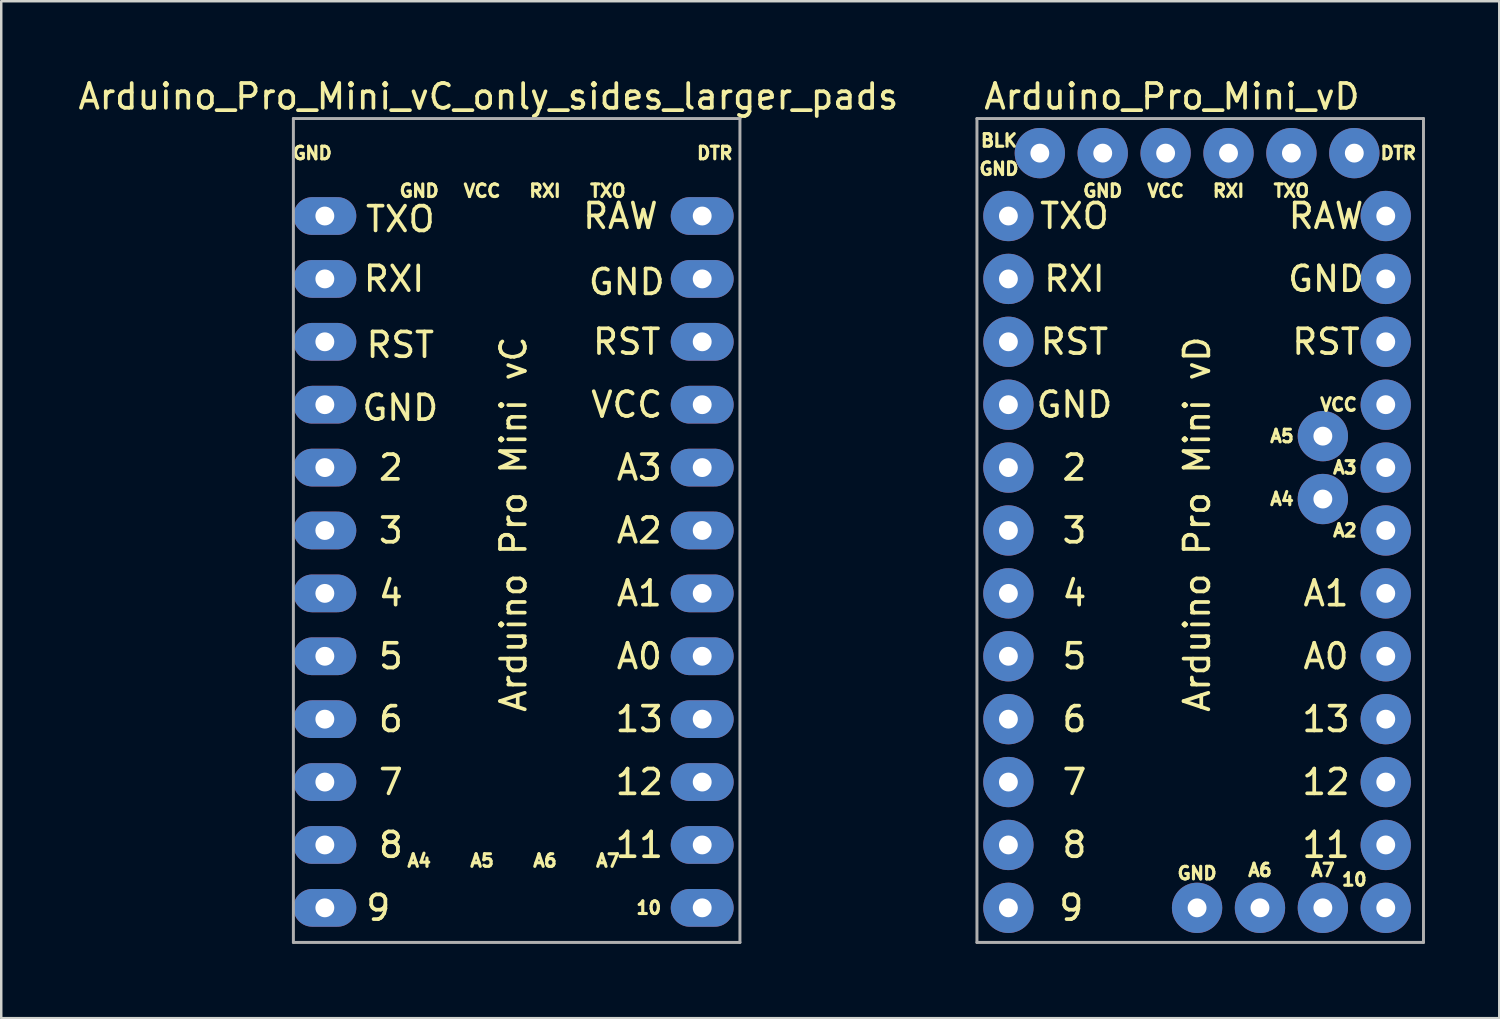
<source format=kicad_pcb>
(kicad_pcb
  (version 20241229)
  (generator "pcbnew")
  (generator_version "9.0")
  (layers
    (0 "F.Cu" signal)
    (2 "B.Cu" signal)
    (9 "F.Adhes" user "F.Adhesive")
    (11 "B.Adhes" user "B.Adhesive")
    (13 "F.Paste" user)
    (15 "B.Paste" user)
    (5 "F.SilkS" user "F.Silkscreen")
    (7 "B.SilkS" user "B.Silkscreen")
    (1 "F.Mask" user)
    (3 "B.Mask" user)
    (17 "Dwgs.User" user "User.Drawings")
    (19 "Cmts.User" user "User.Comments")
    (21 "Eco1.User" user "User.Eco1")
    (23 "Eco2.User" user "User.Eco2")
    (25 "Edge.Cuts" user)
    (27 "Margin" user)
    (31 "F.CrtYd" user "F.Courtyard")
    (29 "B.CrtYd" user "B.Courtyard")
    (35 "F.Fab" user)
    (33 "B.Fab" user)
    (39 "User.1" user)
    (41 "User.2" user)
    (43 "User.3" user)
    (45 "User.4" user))
  (footprint "Arduino_Pro_Mini_vC_only_sides_larger_pads"
    (layer "F.Cu")
    (at 8.799 1.737)
    (property "Reference" "Arduino_Pro_Mini_vC_only_sides_larger_pads" (at 7.874 -0.889 0) (layer "F.SilkS") (effects (font (size 1 1) (thickness 0.15))))
    (attr through_hole)
    (fp_line (start 0 0) (end 18.034 0) (stroke (width 0.12) (type solid)) (layer "F.Fab"))
    (fp_line (start 0 33.274) (end 0 0) (stroke (width 0.12) (type solid)) (layer "F.Fab"))
    (fp_line (start 18.034 0) (end 18.034 33.274) (stroke (width 0.12) (type solid)) (layer "F.Fab"))
    (fp_line (start 18.034 33.274) (end 0 33.274) (stroke (width 0.12) (type solid)) (layer "F.Fab"))
    (fp_text user "13" (at 13.97 24.257 0) (layer "F.SilkS") (effects (font (size 1 1) (thickness 0.15))))
    (fp_text user "9" (at 3.429 31.877 0) (layer "F.SilkS") (effects (font (size 1 1) (thickness 0.15))))
    (fp_text user "8" (at 3.937 29.337 0) (layer "F.SilkS") (effects (font (size 1 1) (thickness 0.15))))
    (fp_text user "A0" (at 13.97 21.717 0) (layer "F.SilkS") (effects (font (size 1 1) (thickness 0.15))))
    (fp_text user "DTR" (at 17.018 1.397 0) (layer "F.SilkS") (effects (font (size 0.508 0.508) (thickness 0.127))))
    (fp_text user "GND" (at 13.462 6.604 0) (layer "F.SilkS") (effects (font (size 1 1) (thickness 0.15))))
    (fp_text user "RST" (at 4.318 9.144 0) (layer "F.SilkS") (effects (font (size 1 1) (thickness 0.15))))
    (fp_text user "3" (at 3.937 16.637 0) (layer "F.SilkS") (effects (font (size 1 1) (thickness 0.15))))
    (fp_text user "2" (at 3.937 14.097 0) (layer "F.SilkS") (effects (font (size 1 1) (thickness 0.15))))
    (fp_text user "RXI" (at 10.16 2.921 0) (layer "F.SilkS") (effects (font (size 0.508 0.508) (thickness 0.127))))
    (fp_text user "A2" (at 13.97 16.637 0) (layer "F.SilkS") (effects (font (size 1 1) (thickness 0.15))))
    (fp_text user "GND" (at 5.08 2.921 0) (layer "F.SilkS") (effects (font (size 0.508 0.508) (thickness 0.127))))
    (fp_text user "GND" (at 0.762 1.397 0) (layer "F.SilkS") (effects (font (size 0.508 0.508) (thickness 0.127))))
    (fp_text user "11" (at 13.97 29.337 0) (layer "F.SilkS") (effects (font (size 1 1) (thickness 0.15))))
    (fp_text user "TXO" (at 4.318 4.064 0) (layer "F.SilkS") (effects (font (size 1 1) (thickness 0.15))))
    (fp_text user "4" (at 3.937 19.177 0) (layer "F.SilkS") (effects (font (size 1 1) (thickness 0.15))))
    (fp_text user "VCC" (at 13.462 11.557 0) (layer "F.SilkS") (effects (font (size 1 1) (thickness 0.15))))
    (fp_text user "A3" (at 13.97 14.097 0) (layer "F.SilkS") (effects (font (size 1 1) (thickness 0.15))))
    (fp_text user "RXI" (at 4.064 6.477 0) (layer "F.SilkS") (effects (font (size 1 1) (thickness 0.15))))
    (fp_text user "Arduino Pro Mini vC" (at 8.89 16.383 270) (layer "F.SilkS") (effects (font (size 1 1) (thickness 0.15))))
    (fp_text user "12" (at 13.97 26.797 0) (layer "F.SilkS") (effects (font (size 1 1) (thickness 0.15))))
    (fp_text user "7" (at 3.937 26.797 0) (layer "F.SilkS") (effects (font (size 1 1) (thickness 0.15))))
    (fp_text user "10" (at 14.351 31.877 0) (layer "F.SilkS") (effects (font (size 0.508 0.508) (thickness 0.127))))
    (fp_text user "A1" (at 13.97 19.177 0) (layer "F.SilkS") (effects (font (size 1 1) (thickness 0.15))))
    (fp_text user "TXO" (at 12.7 2.921 0) (layer "F.SilkS") (effects (font (size 0.508 0.508) (thickness 0.127))))
    (fp_text user "A5" (at 7.62 29.972 0) (layer "F.SilkS") (effects (font (size 0.508 0.508) (thickness 0.127))))
    (fp_text user "A7" (at 12.7 29.972 0) (layer "F.SilkS") (effects (font (size 0.508 0.508) (thickness 0.127))))
    (fp_text user "6" (at 3.937 24.257 0) (layer "F.SilkS") (effects (font (size 1 1) (thickness 0.15))))
    (fp_text user "RAW" (at 13.208 3.937 0) (layer "F.SilkS") (effects (font (size 1 1) (thickness 0.15))))
    (fp_text user "VCC" (at 7.62 2.921 0) (layer "F.SilkS") (effects (font (size 0.508 0.508) (thickness 0.127))))
    (fp_text user "A6" (at 10.16 29.972 0) (layer "F.SilkS") (effects (font (size 0.508 0.508) (thickness 0.127))))
    (fp_text user "5" (at 3.937 21.717 0) (layer "F.SilkS") (effects (font (size 1 1) (thickness 0.15))))
    (fp_text user "RST" (at 13.462 9.017 0) (layer "F.SilkS") (effects (font (size 1 1) (thickness 0.15))))
    (fp_text user "A4" (at 5.08 29.972 0) (layer "F.SilkS") (effects (font (size 0.508 0.508) (thickness 0.127))))
    (fp_text user "GND" (at 4.318 11.684 0) (layer "F.SilkS") (effects (font (size 1 1) (thickness 0.15))))
    (pad "1" thru_hole oval (at 1.27 3.937) (size 2.54 1.524) (drill 0.762) (layers "*.Cu" "*.Mask"))
    (pad "2" thru_hole oval (at 1.27 6.477) (size 2.54 1.524) (drill 0.762) (layers "*.Cu" "*.Mask"))
    (pad "3" thru_hole oval (at 1.27 9.017) (size 2.54 1.524) (drill 0.762) (layers "*.Cu" "*.Mask"))
    (pad "4" thru_hole oval (at 1.27 11.557) (size 2.54 1.524) (drill 0.762) (layers "*.Cu" "*.Mask"))
    (pad "5" thru_hole oval (at 1.27 14.097) (size 2.54 1.524) (drill 0.762) (layers "*.Cu" "*.Mask"))
    (pad "6" thru_hole oval (at 1.27 16.637) (size 2.54 1.524) (drill 0.762) (layers "*.Cu" "*.Mask"))
    (pad "7" thru_hole oval (at 1.27 19.177) (size 2.54 1.524) (drill 0.762) (layers "*.Cu" "*.Mask"))
    (pad "8" thru_hole oval (at 1.27 21.717) (size 2.54 1.524) (drill 0.762) (layers "*.Cu" "*.Mask"))
    (pad "9" thru_hole oval (at 1.27 24.257) (size 2.54 1.524) (drill 0.762) (layers "*.Cu" "*.Mask"))
    (pad "10" thru_hole oval (at 1.27 26.797) (size 2.54 1.524) (drill 0.762) (layers "*.Cu" "*.Mask"))
    (pad "11" thru_hole oval (at 1.27 29.337) (size 2.54 1.524) (drill 0.762) (layers "*.Cu" "*.Mask"))
    (pad "12" thru_hole oval (at 1.27 31.877) (size 2.54 1.524) (drill 0.762) (layers "*.Cu" "*.Mask"))
    (pad "13" thru_hole oval (at 16.51 3.937) (size 2.54 1.524) (drill 0.762) (layers "*.Cu" "*.Mask"))
    (pad "14" thru_hole oval (at 16.51 6.477) (size 2.54 1.524) (drill 0.762) (layers "*.Cu" "*.Mask"))
    (pad "15" thru_hole oval (at 16.51 9.017) (size 2.54 1.524) (drill 0.762) (layers "*.Cu" "*.Mask"))
    (pad "16" thru_hole oval (at 16.51 11.557) (size 2.54 1.524) (drill 0.762) (layers "*.Cu" "*.Mask"))
    (pad "17" thru_hole oval (at 16.51 14.097) (size 2.54 1.524) (drill 0.762) (layers "*.Cu" "*.Mask"))
    (pad "18" thru_hole oval (at 16.51 16.637) (size 2.54 1.524) (drill 0.762) (layers "*.Cu" "*.Mask"))
    (pad "19" thru_hole oval (at 16.51 19.177) (size 2.54 1.524) (drill 0.762) (layers "*.Cu" "*.Mask"))
    (pad "20" thru_hole oval (at 16.51 21.717) (size 2.54 1.524) (drill 0.762) (layers "*.Cu" "*.Mask"))
    (pad "21" thru_hole oval (at 16.51 24.257) (size 2.54 1.524) (drill 0.762) (layers "*.Cu" "*.Mask"))
    (pad "22" thru_hole oval (at 16.51 26.797) (size 2.54 1.524) (drill 0.762) (layers "*.Cu" "*.Mask"))
    (pad "23" thru_hole oval (at 16.51 29.337) (size 2.54 1.524) (drill 0.762) (layers "*.Cu" "*.Mask"))
    (pad "24" thru_hole oval (at 16.51 31.877) (size 2.54 1.524) (drill 0.762) (layers "*.Cu" "*.Mask")))
  (footprint "Arduino_Pro_Mini_vD"
    (layer "F.Cu")
    (at 37.675 5.674)
    (property "Reference" "Arduino_Pro_Mini_vD" (at 6.604 -4.826 0) (layer "F.SilkS") (effects (font (size 1 1) (thickness 0.15))))
    (attr through_hole)
    (fp_line (start -1.27 -3.937) (end 16.764 -3.937) (stroke (width 0.12) (type solid)) (layer "F.Fab"))
    (fp_line (start -1.27 29.337) (end -1.27 -3.937) (stroke (width 0.12) (type solid)) (layer "F.Fab"))
    (fp_line (start 16.764 -3.937) (end 16.764 29.337) (stroke (width 0.12) (type solid)) (layer "F.Fab"))
    (fp_line (start 16.764 29.337) (end -1.27 29.337) (stroke (width 0.12) (type solid)) (layer "F.Fab"))
    (fp_text user "5" (at 2.667 17.78 0) (layer "F.SilkS") (effects (font (size 1 1) (thickness 0.15))))
    (fp_text user "A6" (at 10.16 26.416 0) (layer "F.SilkS") (effects (font (size 0.508 0.508) (thickness 0.127))))
    (fp_text user "12" (at 12.827 22.86 0) (layer "F.SilkS") (effects (font (size 1 1) (thickness 0.15))))
    (fp_text user "GND" (at -0.381 -1.905 0) (layer "F.SilkS") (effects (font (size 0.508 0.508) (thickness 0.127))))
    (fp_text user "A1" (at 12.827 15.24 0) (layer "F.SilkS") (effects (font (size 1 1) (thickness 0.15))))
    (fp_text user "11" (at 12.827 25.4 0) (layer "F.SilkS") (effects (font (size 1 1) (thickness 0.15))))
    (fp_text user "A7" (at 12.7 26.416 0) (layer "F.SilkS") (effects (font (size 0.508 0.508) (thickness 0.127))))
    (fp_text user "TXO" (at 2.667 0 0) (layer "F.SilkS") (effects (font (size 1 1) (thickness 0.15))))
    (fp_text user "10" (at 13.97 26.797 0) (layer "F.SilkS") (effects (font (size 0.508 0.508) (thickness 0.127))))
    (fp_text user "13" (at 12.827 20.32 0) (layer "F.SilkS") (effects (font (size 1 1) (thickness 0.15))))
    (fp_text user "9" (at 2.54 27.94 0) (layer "F.SilkS") (effects (font (size 1 1) (thickness 0.15))))
    (fp_text user "DTR" (at 15.748 -2.54 0) (layer "F.SilkS") (effects (font (size 0.508 0.508) (thickness 0.127))))
    (fp_text user "VCC" (at 13.335 7.62 0) (layer "F.SilkS") (effects (font (size 0.508 0.508) (thickness 0.127))))
    (fp_text user "Arduino Pro Mini vD" (at 7.62 12.446 270) (layer "F.SilkS") (effects (font (size 1 1) (thickness 0.15))))
    (fp_text user "A3" (at 13.589 10.16 0) (layer "F.SilkS") (effects (font (size 0.508 0.508) (thickness 0.127))))
    (fp_text user "GND" (at 12.827 2.54 0) (layer "F.SilkS") (effects (font (size 1 1) (thickness 0.15))))
    (fp_text user "4" (at 2.667 15.24 0) (layer "F.SilkS") (effects (font (size 1 1) (thickness 0.15))))
    (fp_text user "3" (at 2.667 12.7 0) (layer "F.SilkS") (effects (font (size 1 1) (thickness 0.15))))
    (fp_text user "2" (at 2.667 10.16 0) (layer "F.SilkS") (effects (font (size 1 1) (thickness 0.15))))
    (fp_text user "A2" (at 13.589 12.7 0) (layer "F.SilkS") (effects (font (size 0.508 0.508) (thickness 0.127))))
    (fp_text user "GND" (at 7.62 26.543 0) (layer "F.SilkS") (effects (font (size 0.508 0.508) (thickness 0.127))))
    (fp_text user "A5" (at 11.049 8.89 0) (layer "F.SilkS") (effects (font (size 0.508 0.508) (thickness 0.127))))
    (fp_text user "VCC" (at 6.35 -1.016 0) (layer "F.SilkS") (effects (font (size 0.508 0.508) (thickness 0.127))))
    (fp_text user "GND" (at 2.667 7.62 0) (layer "F.SilkS") (effects (font (size 1 1) (thickness 0.15))))
    (fp_text user "GND" (at 3.81 -1.016 0) (layer "F.SilkS") (effects (font (size 0.508 0.508) (thickness 0.127))))
    (fp_text user "A0" (at 12.827 17.78 0) (layer "F.SilkS") (effects (font (size 1 1) (thickness 0.15))))
    (fp_text user "RXI" (at 8.89 -1.016 0) (layer "F.SilkS") (effects (font (size 0.508 0.508) (thickness 0.127))))
    (fp_text user "RAW" (at 12.827 0 0) (layer "F.SilkS") (effects (font (size 1 1) (thickness 0.15))))
    (fp_text user "TXO" (at 11.43 -1.016 0) (layer "F.SilkS") (effects (font (size 0.508 0.508) (thickness 0.127))))
    (fp_text user "RXI" (at 2.667 2.54 0) (layer "F.SilkS") (effects (font (size 1 1) (thickness 0.15))))
    (fp_text user "A4" (at 11.049 11.43 0) (layer "F.SilkS") (effects (font (size 0.508 0.508) (thickness 0.127))))
    (fp_text user "RST" (at 12.827 5.08 0) (layer "F.SilkS") (effects (font (size 1 1) (thickness 0.15))))
    (fp_text user "6" (at 2.667 20.32 0) (layer "F.SilkS") (effects (font (size 1 1) (thickness 0.15))))
    (fp_text user "BLK" (at -0.381 -3.048 0) (layer "F.SilkS") (effects (font (size 0.508 0.508) (thickness 0.127))))
    (fp_text user "7" (at 2.667 22.86 0) (layer "F.SilkS") (effects (font (size 1 1) (thickness 0.15))))
    (fp_text user "8" (at 2.667 25.4 0) (layer "F.SilkS") (effects (font (size 1 1) (thickness 0.15))))
    (fp_text user "RST" (at 2.667 5.08 0) (layer "F.SilkS") (effects (font (size 1 1) (thickness 0.15))))
    (pad "1" thru_hole oval (at 0 0) (size 2.032 2.032) (drill 0.762) (layers "*.Cu" "*.Mask"))
    (pad "2" thru_hole oval (at 0 2.54) (size 2.032 2.032) (drill 0.762) (layers "*.Cu" "*.Mask"))
    (pad "3" thru_hole oval (at 0 5.08) (size 2.032 2.032) (drill 0.762) (layers "*.Cu" "*.Mask"))
    (pad "4" thru_hole oval (at 0 7.62) (size 2.032 2.032) (drill 0.762) (layers "*.Cu" "*.Mask"))
    (pad "5" thru_hole oval (at 0 10.16) (size 2.032 2.032) (drill 0.762) (layers "*.Cu" "*.Mask"))
    (pad "6" thru_hole oval (at 0 12.7) (size 2.032 2.032) (drill 0.762) (layers "*.Cu" "*.Mask"))
    (pad "7" thru_hole oval (at 0 15.24) (size 2.032 2.032) (drill 0.762) (layers "*.Cu" "*.Mask"))
    (pad "8" thru_hole oval (at 0 17.78) (size 2.032 2.032) (drill 0.762) (layers "*.Cu" "*.Mask"))
    (pad "9" thru_hole oval (at 0 20.32) (size 2.032 2.032) (drill 0.762) (layers "*.Cu" "*.Mask"))
    (pad "10" thru_hole oval (at 0 22.86) (size 2.032 2.032) (drill 0.762) (layers "*.Cu" "*.Mask"))
    (pad "11" thru_hole oval (at 0 25.4) (size 2.032 2.032) (drill 0.762) (layers "*.Cu" "*.Mask"))
    (pad "12" thru_hole oval (at 0 27.94) (size 2.032 2.032) (drill 0.762) (layers "*.Cu" "*.Mask"))
    (pad "13" thru_hole oval (at 15.24 0) (size 2.032 2.032) (drill 0.762) (layers "*.Cu" "*.Mask"))
    (pad "14" thru_hole oval (at 15.24 2.54) (size 2.032 2.032) (drill 0.762) (layers "*.Cu" "*.Mask"))
    (pad "15" thru_hole oval (at 15.24 5.08) (size 2.032 2.032) (drill 0.762) (layers "*.Cu" "*.Mask"))
    (pad "16" thru_hole oval (at 15.24 7.62) (size 2.032 2.032) (drill 0.762) (layers "*.Cu" "*.Mask"))
    (pad "17" thru_hole oval (at 15.24 10.16) (size 2.032 2.032) (drill 0.762) (layers "*.Cu" "*.Mask"))
    (pad "18" thru_hole oval (at 15.24 12.7) (size 2.032 2.032) (drill 0.762) (layers "*.Cu" "*.Mask"))
    (pad "19" thru_hole oval (at 15.24 15.24) (size 2.032 2.032) (drill 0.762) (layers "*.Cu" "*.Mask"))
    (pad "20" thru_hole oval (at 15.24 17.78) (size 2.032 2.032) (drill 0.762) (layers "*.Cu" "*.Mask"))
    (pad "21" thru_hole oval (at 15.24 20.32) (size 2.032 2.032) (drill 0.762) (layers "*.Cu" "*.Mask"))
    (pad "22" thru_hole oval (at 15.24 22.86) (size 2.032 2.032) (drill 0.762) (layers "*.Cu" "*.Mask"))
    (pad "23" thru_hole oval (at 15.24 25.4) (size 2.032 2.032) (drill 0.762) (layers "*.Cu" "*.Mask"))
    (pad "24" thru_hole oval (at 15.24 27.94) (size 2.032 2.032) (drill 0.762) (layers "*.Cu" "*.Mask"))
    (pad "25" thru_hole oval (at 12.7 11.43) (size 2.032 2.032) (drill 0.762) (layers "*.Cu" "*.Mask"))
    (pad "26" thru_hole oval (at 12.7 8.89) (size 2.032 2.032) (drill 0.762) (layers "*.Cu" "*.Mask"))
    (pad "27" thru_hole oval (at 10.16 27.94) (size 2.032 2.032) (drill 0.762) (layers "*.Cu" "*.Mask"))
    (pad "28" thru_hole oval (at 12.7 27.94) (size 2.032 2.032) (drill 0.762) (layers "*.Cu" "*.Mask"))
    (pad "29" thru_hole oval (at 1.27 -2.54) (size 2.032 2.032) (drill 0.762) (layers "*.Cu" "*.Mask"))
    (pad "30" thru_hole oval (at 3.81 -2.54) (size 2.032 2.032) (drill 0.762) (layers "*.Cu" "*.Mask"))
    (pad "31" thru_hole oval (at 6.35 -2.54) (size 2.032 2.032) (drill 0.762) (layers "*.Cu" "*.Mask"))
    (pad "32" thru_hole oval (at 8.89 -2.54) (size 2.032 2.032) (drill 0.762) (layers "*.Cu" "*.Mask"))
    (pad "33" thru_hole oval (at 11.43 -2.54) (size 2.032 2.032) (drill 0.762) (layers "*.Cu" "*.Mask"))
    (pad "34" thru_hole oval (at 13.97 -2.54) (size 2.032 2.032) (drill 0.762) (layers "*.Cu" "*.Mask"))
    (pad "35" thru_hole oval (at 7.62 27.94) (size 2.032 2.032) (drill 0.762) (layers "*.Cu" "*.Mask")))
  (gr_rect
    (start -3 -3)
    (end 57.499 38.071)
    (stroke (width 0.1) (type default))
    (fill no)
    (layer "Edge.Cuts")))
</source>
